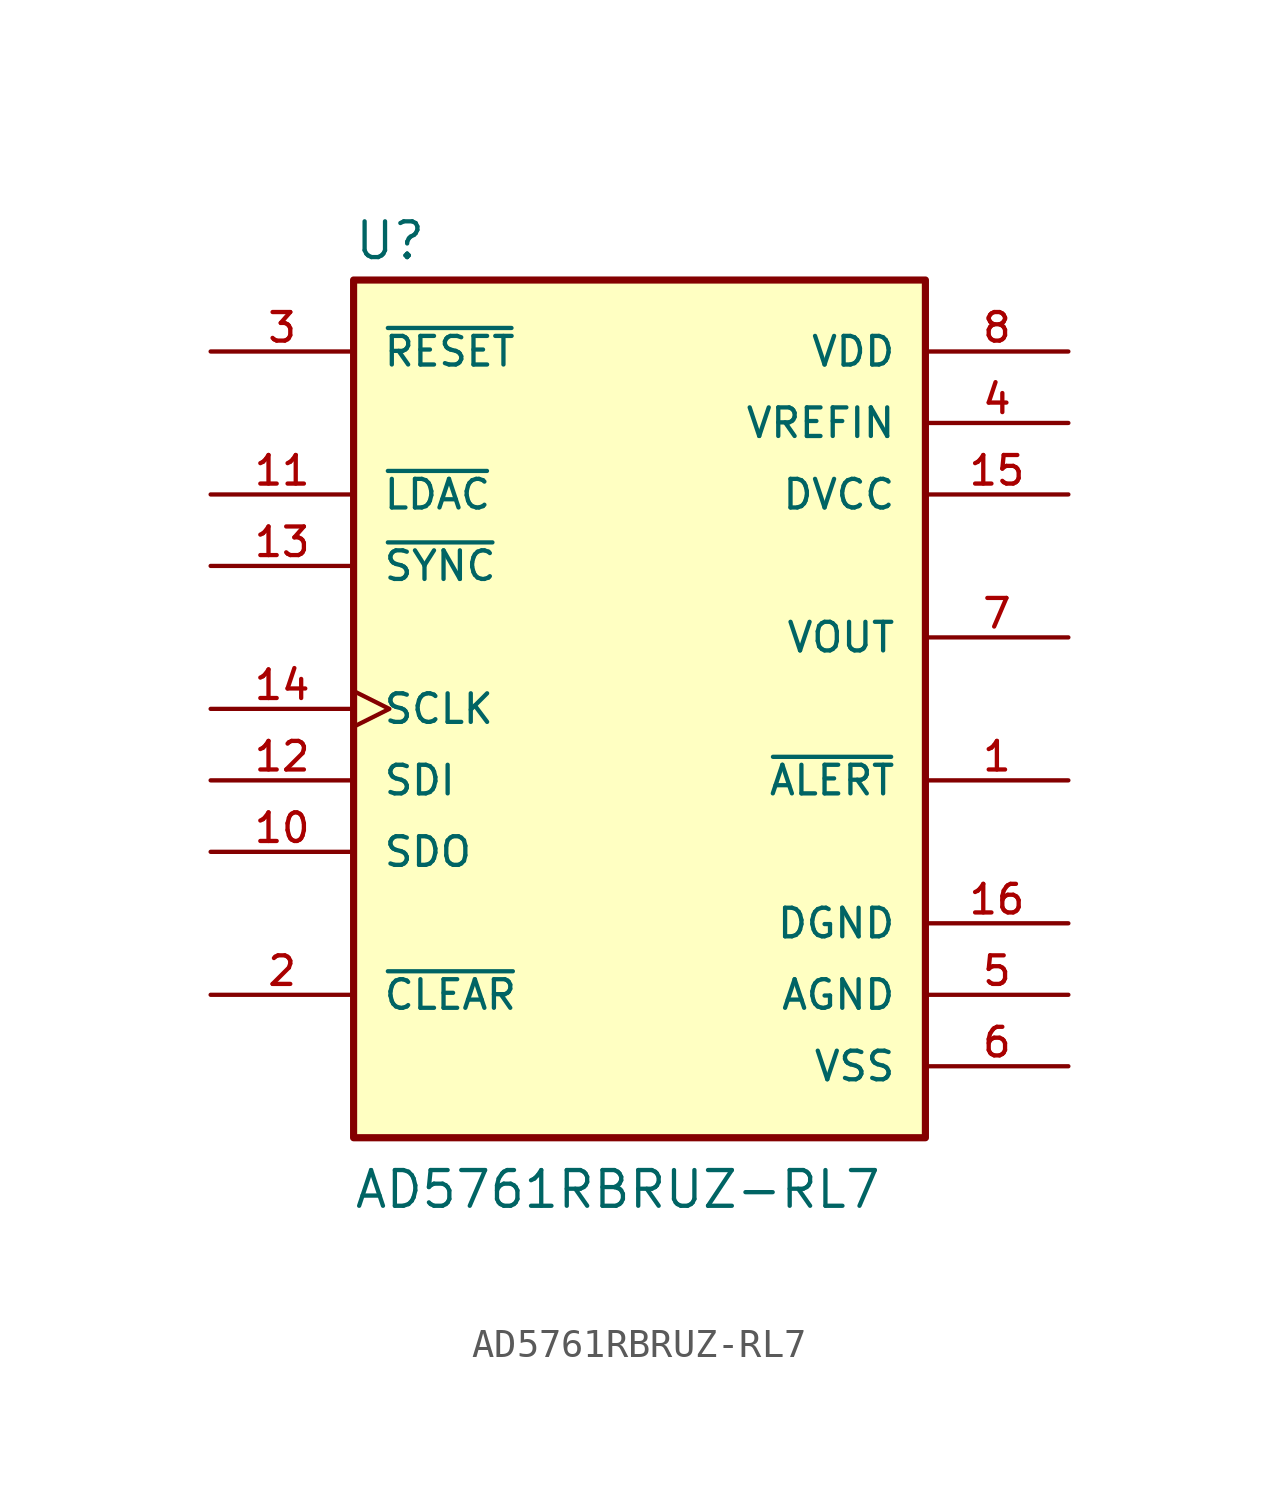
<source format=kicad_sym>
(kicad_symbol_lib
  (version 20211014)
  (generator kicad_symbol_editor)
  (symbol "AD5761RBRUZ-RL7"
    (pin_names
      (offset 1.016))
    (property "Reference" "U"
      (at -10.171 15.892 0)
      (effects (font (size 1.27 1.27)) (justify bottom left)))
    (property "Value" "AD5761RBRUZ-RL7"
      (at -10.184 -17.821 0)
      (effects (font (size 1.27 1.27)) (justify bottom left)))
    (symbol "AD5761RBRUZ-RL7_0_0"
      (rectangle (start -10.16 -15.24) (end 10.16 15.24) (stroke (width 0.254)) (fill (type background)))
      (pin input line (at -15.24 12.7 0) (length 5.08) (name "~{RESET}" (effects (font (size 1.016 1.016)))) (number "3" (effects (font (size 1.016 1.016)))))
      (pin power_in line (at 15.24 10.16 180.0) (length 5.08) (name "VREFIN" (effects (font (size 1.016 1.016)))) (number "4" (effects (font (size 1.016 1.016)))))
      (pin power_in line (at 15.24 -10.16 180.0) (length 5.08) (name "AGND" (effects (font (size 1.016 1.016)))) (number "5" (effects (font (size 1.016 1.016)))))
      (pin power_in line (at 15.24 -12.7 180.0) (length 5.08) (name "VSS" (effects (font (size 1.016 1.016)))) (number "6" (effects (font (size 1.016 1.016)))))
      (pin output line (at 15.24 2.54 180.0) (length 5.08) (name "VOUT" (effects (font (size 1.016 1.016)))) (number "7" (effects (font (size 1.016 1.016)))))
      (pin power_in line (at 15.24 12.7 180.0) (length 5.08) (name "VDD" (effects (font (size 1.016 1.016)))) (number "8" (effects (font (size 1.016 1.016)))))
      (pin output line (at -15.24 -5.08 0) (length 5.08) (name "SDO" (effects (font (size 1.016 1.016)))) (number "10" (effects (font (size 1.016 1.016)))))
      (pin bidirectional line (at -15.24 7.62 0) (length 5.08) (name "~{LDAC}" (effects (font (size 1.016 1.016)))) (number "11" (effects (font (size 1.016 1.016)))))
      (pin input line (at -15.24 -2.54 0) (length 5.08) (name "SDI" (effects (font (size 1.016 1.016)))) (number "12" (effects (font (size 1.016 1.016)))))
      (pin input line (at -15.24 5.08 0) (length 5.08) (name "~{SYNC}" (effects (font (size 1.016 1.016)))) (number "13" (effects (font (size 1.016 1.016)))))
      (pin input clock (at -15.24 0.0 0) (length 5.08) (name "SCLK" (effects (font (size 1.016 1.016)))) (number "14" (effects (font (size 1.016 1.016)))))
      (pin power_in line (at 15.24 7.62 180.0) (length 5.08) (name "DVCC" (effects (font (size 1.016 1.016)))) (number "15" (effects (font (size 1.016 1.016)))))
      (pin power_in line (at 15.24 -7.62 180.0) (length 5.08) (name "DGND" (effects (font (size 1.016 1.016)))) (number "16" (effects (font (size 1.016 1.016)))))
      (pin output line (at 15.24 -2.54 180.0) (length 5.08) (name "~{ALERT}" (effects (font (size 1.016 1.016)))) (number "1" (effects (font (size 1.016 1.016)))))
      (pin input line (at -15.24 -10.16 0) (length 5.08) (name "~{CLEAR}" (effects (font (size 1.016 1.016)))) (number "2" (effects (font (size 1.016 1.016))))))))
</source>
